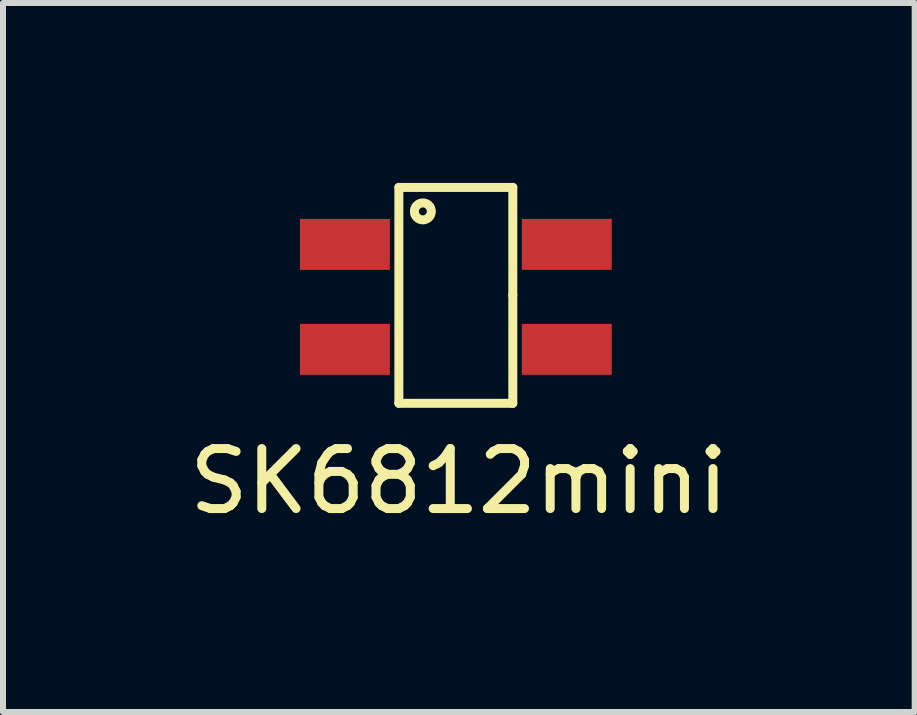
<source format=kicad_pcb>
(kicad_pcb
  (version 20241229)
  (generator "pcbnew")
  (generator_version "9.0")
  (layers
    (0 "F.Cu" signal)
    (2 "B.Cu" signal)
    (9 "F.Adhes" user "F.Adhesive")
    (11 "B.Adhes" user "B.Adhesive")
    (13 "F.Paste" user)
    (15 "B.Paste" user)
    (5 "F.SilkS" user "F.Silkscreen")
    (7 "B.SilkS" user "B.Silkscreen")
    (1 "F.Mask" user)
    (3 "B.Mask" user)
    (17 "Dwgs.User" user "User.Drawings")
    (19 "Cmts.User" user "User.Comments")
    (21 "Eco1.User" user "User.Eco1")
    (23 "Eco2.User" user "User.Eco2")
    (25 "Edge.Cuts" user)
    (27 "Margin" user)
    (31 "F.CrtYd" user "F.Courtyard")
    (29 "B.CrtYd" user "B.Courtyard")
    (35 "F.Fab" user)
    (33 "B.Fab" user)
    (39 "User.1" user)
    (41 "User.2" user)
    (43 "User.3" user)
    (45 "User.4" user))
  (footprint "SK6812mini"
    (layer "F.Cu")
    (at 4.601 1.875)
    (property "Reference" "SK6812mini" (at 0 3.1 0) (layer "F.SilkS") (effects (font (size 1 1) (thickness 0.15))))
    (attr through_hole)
    (fp_line (start -1 -1.8) (end -1 1.8) (stroke (width 0.15) (type solid)) (layer "F.SilkS"))
    (fp_line (start -1 -1.8) (end 0.9 -1.8) (stroke (width 0.15) (type solid)) (layer "F.SilkS"))
    (fp_line (start -1 1.8) (end 0.9 1.8) (stroke (width 0.15) (type solid)) (layer "F.SilkS"))
    (fp_line (start 0.9 0) (end 0.9 -1.8) (stroke (width 0.15) (type solid)) (layer "F.SilkS"))
    (fp_line (start 0.9 1.8) (end 0.9 0) (stroke (width 0.15) (type solid)) (layer "F.SilkS"))
    (fp_circle (center -0.6 -1.4) (end -0.5 -1.3) (stroke (width 0.15) (type solid)) (fill no) (layer "F.SilkS"))
    (pad "1" smd rect (at -1.9 -0.85) (size 1.5 0.85) (layers "F.Cu" "F.Mask" "F.Paste"))
    (pad "2" smd rect (at -1.9 0.9) (size 1.5 0.85) (layers "F.Cu" "F.Mask" "F.Paste"))
    (pad "3" smd rect (at 1.8 0.9) (size 1.5 0.85) (layers "F.Cu" "F.Mask" "F.Paste"))
    (pad "4" smd rect (at 1.8 -0.85) (size 1.5 0.85) (layers "F.Cu" "F.Mask" "F.Paste")))
  (gr_rect
    (start -3 -3)
    (end 12.202 8.823)
    (stroke (width 0.1) (type default))
    (fill no)
    (layer "Edge.Cuts")))
</source>
